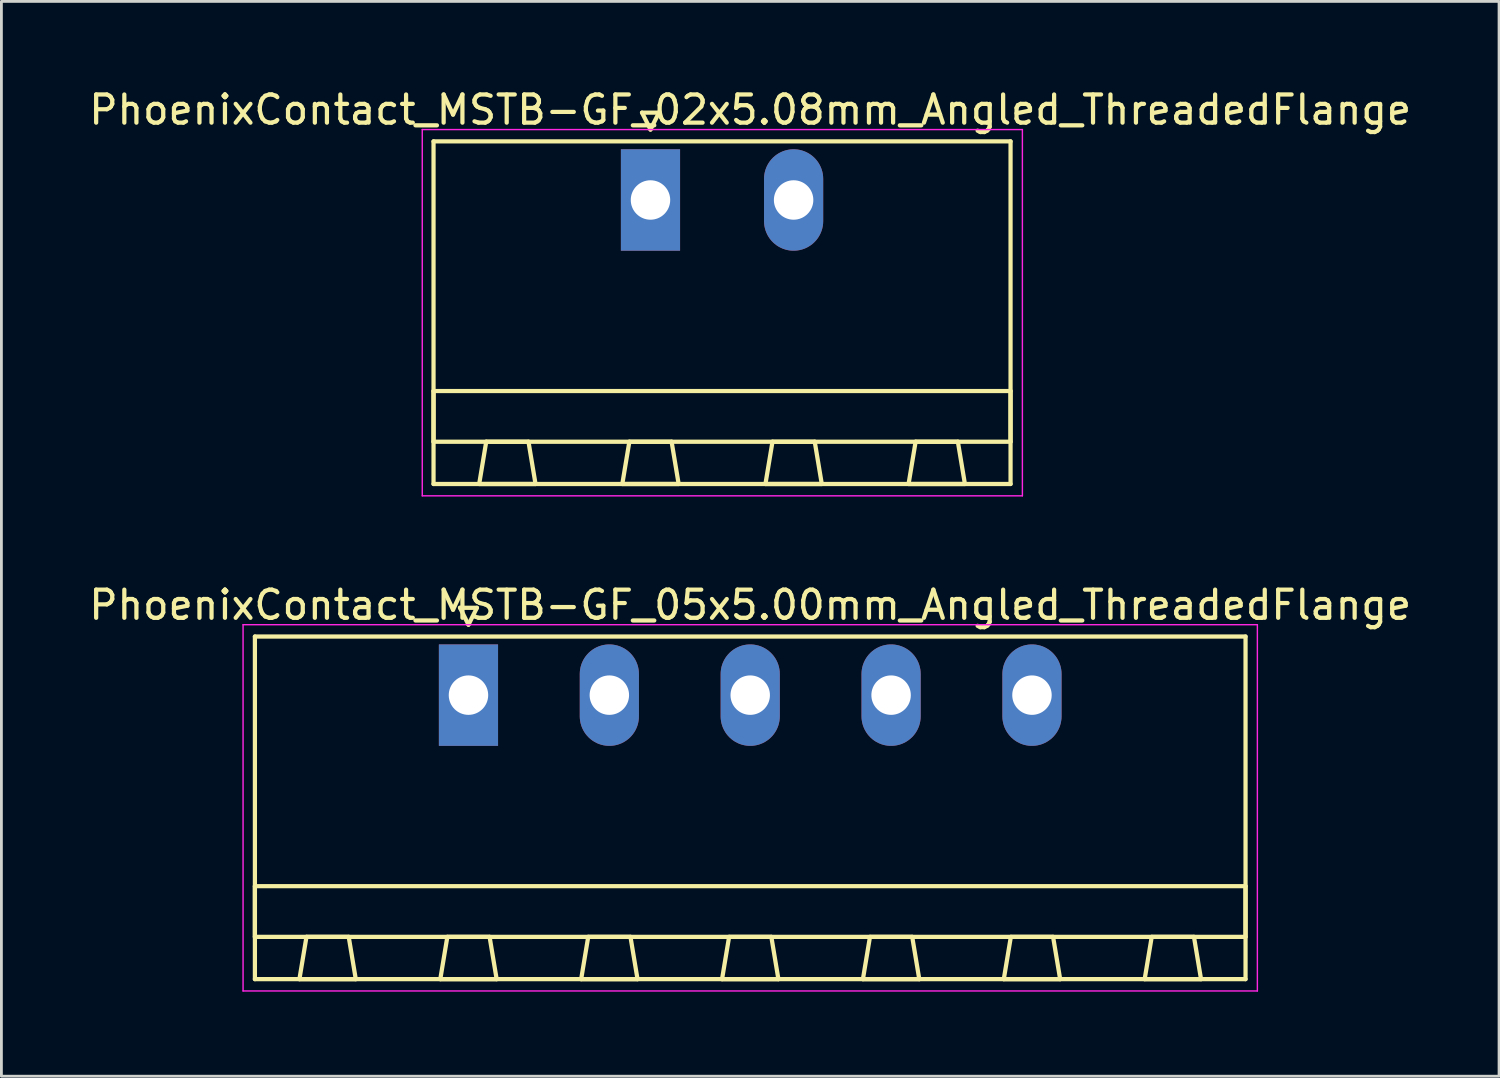
<source format=kicad_pcb>
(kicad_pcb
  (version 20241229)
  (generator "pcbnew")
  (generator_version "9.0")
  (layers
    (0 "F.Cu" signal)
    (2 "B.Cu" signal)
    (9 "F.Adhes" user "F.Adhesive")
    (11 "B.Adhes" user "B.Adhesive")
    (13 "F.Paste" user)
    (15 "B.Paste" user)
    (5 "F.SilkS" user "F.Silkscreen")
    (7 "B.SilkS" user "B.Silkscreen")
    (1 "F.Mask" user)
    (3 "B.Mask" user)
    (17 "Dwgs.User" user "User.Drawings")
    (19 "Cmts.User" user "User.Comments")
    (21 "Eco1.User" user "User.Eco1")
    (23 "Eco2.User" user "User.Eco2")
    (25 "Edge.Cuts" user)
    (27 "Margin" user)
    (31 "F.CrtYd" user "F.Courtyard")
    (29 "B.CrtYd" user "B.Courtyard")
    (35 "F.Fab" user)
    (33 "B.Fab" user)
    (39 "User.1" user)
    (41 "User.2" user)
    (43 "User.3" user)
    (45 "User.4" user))
  (footprint "PhoenixContact_MSTB-GF_05x5.00mm_Angled_ThreadedFlange"
    (layer "F.Cu")
    (at 13.577 21.622)
    (property "Reference" "PhoenixContact_MSTB-GF_05x5.00mm_Angled_ThreadedFlange" (at 10 -3.2 0) (layer "F.SilkS") (effects (font (size 1 1) (thickness 0.15))))
    (attr through_hole)
    (fp_line (start -7.58 -2.08) (end -7.58 10.08) (stroke (width 0.15) (type solid)) (layer "F.SilkS"))
    (fp_line (start -7.58 6.78) (end 27.58 6.78) (stroke (width 0.15) (type solid)) (layer "F.SilkS"))
    (fp_line (start -7.58 8.58) (end -7.58 6.78) (stroke (width 0.15) (type solid)) (layer "F.SilkS"))
    (fp_line (start -7.58 10.08) (end 27.58 10.08) (stroke (width 0.15) (type solid)) (layer "F.SilkS"))
    (fp_line (start -6 10.08) (end -4 10.08) (stroke (width 0.15) (type solid)) (layer "F.SilkS"))
    (fp_line (start -5.75 8.58) (end -6 10.08) (stroke (width 0.15) (type solid)) (layer "F.SilkS"))
    (fp_line (start -4.25 8.58) (end -5.75 8.58) (stroke (width 0.15) (type solid)) (layer "F.SilkS"))
    (fp_line (start -4 10.08) (end -4.25 8.58) (stroke (width 0.15) (type solid)) (layer "F.SilkS"))
    (fp_line (start -1 10.08) (end 1 10.08) (stroke (width 0.15) (type solid)) (layer "F.SilkS"))
    (fp_line (start -0.75 8.58) (end -1 10.08) (stroke (width 0.15) (type solid)) (layer "F.SilkS"))
    (fp_line (start -0.3 -3.1) (end 0 -2.5) (stroke (width 0.15) (type solid)) (layer "F.SilkS"))
    (fp_line (start 0 -2.5) (end 0.3 -3.1) (stroke (width 0.15) (type solid)) (layer "F.SilkS"))
    (fp_line (start 0.3 -3.1) (end -0.3 -3.1) (stroke (width 0.15) (type solid)) (layer "F.SilkS"))
    (fp_line (start 0.75 8.58) (end -0.75 8.58) (stroke (width 0.15) (type solid)) (layer "F.SilkS"))
    (fp_line (start 1 10.08) (end 0.75 8.58) (stroke (width 0.15) (type solid)) (layer "F.SilkS"))
    (fp_line (start 4 10.08) (end 6 10.08) (stroke (width 0.15) (type solid)) (layer "F.SilkS"))
    (fp_line (start 4.25 8.58) (end 4 10.08) (stroke (width 0.15) (type solid)) (layer "F.SilkS"))
    (fp_line (start 5.75 8.58) (end 4.25 8.58) (stroke (width 0.15) (type solid)) (layer "F.SilkS"))
    (fp_line (start 6 10.08) (end 5.75 8.58) (stroke (width 0.15) (type solid)) (layer "F.SilkS"))
    (fp_line (start 9 10.08) (end 11 10.08) (stroke (width 0.15) (type solid)) (layer "F.SilkS"))
    (fp_line (start 9.25 8.58) (end 9 10.08) (stroke (width 0.15) (type solid)) (layer "F.SilkS"))
    (fp_line (start 10.75 8.58) (end 9.25 8.58) (stroke (width 0.15) (type solid)) (layer "F.SilkS"))
    (fp_line (start 11 10.08) (end 10.75 8.58) (stroke (width 0.15) (type solid)) (layer "F.SilkS"))
    (fp_line (start 14 10.08) (end 16 10.08) (stroke (width 0.15) (type solid)) (layer "F.SilkS"))
    (fp_line (start 14.25 8.58) (end 14 10.08) (stroke (width 0.15) (type solid)) (layer "F.SilkS"))
    (fp_line (start 15.75 8.58) (end 14.25 8.58) (stroke (width 0.15) (type solid)) (layer "F.SilkS"))
    (fp_line (start 16 10.08) (end 15.75 8.58) (stroke (width 0.15) (type solid)) (layer "F.SilkS"))
    (fp_line (start 19 10.08) (end 21 10.08) (stroke (width 0.15) (type solid)) (layer "F.SilkS"))
    (fp_line (start 19.25 8.58) (end 19 10.08) (stroke (width 0.15) (type solid)) (layer "F.SilkS"))
    (fp_line (start 20.75 8.58) (end 19.25 8.58) (stroke (width 0.15) (type solid)) (layer "F.SilkS"))
    (fp_line (start 21 10.08) (end 20.75 8.58) (stroke (width 0.15) (type solid)) (layer "F.SilkS"))
    (fp_line (start 24 10.08) (end 26 10.08) (stroke (width 0.15) (type solid)) (layer "F.SilkS"))
    (fp_line (start 24.25 8.58) (end 24 10.08) (stroke (width 0.15) (type solid)) (layer "F.SilkS"))
    (fp_line (start 25.75 8.58) (end 24.25 8.58) (stroke (width 0.15) (type solid)) (layer "F.SilkS"))
    (fp_line (start 26 10.08) (end 25.75 8.58) (stroke (width 0.15) (type solid)) (layer "F.SilkS"))
    (fp_line (start 27.58 -2.08) (end -7.58 -2.08) (stroke (width 0.15) (type solid)) (layer "F.SilkS"))
    (fp_line (start 27.58 6.78) (end 27.58 8.58) (stroke (width 0.15) (type solid)) (layer "F.SilkS"))
    (fp_line (start 27.58 8.58) (end -7.58 8.58) (stroke (width 0.15) (type solid)) (layer "F.SilkS"))
    (fp_line (start 27.58 10.08) (end 27.58 -2.08) (stroke (width 0.15) (type solid)) (layer "F.SilkS"))
    (fp_line (start -8 -2.5) (end -8 10.5) (stroke (width 0.05) (type solid)) (layer "F.CrtYd"))
    (fp_line (start -8 10.5) (end 28 10.5) (stroke (width 0.05) (type solid)) (layer "F.CrtYd"))
    (fp_line (start 28 -2.5) (end -8 -2.5) (stroke (width 0.05) (type solid)) (layer "F.CrtYd"))
    (fp_line (start 28 10.5) (end 28 -2.5) (stroke (width 0.05) (type solid)) (layer "F.CrtYd"))
    (pad "1" thru_hole rect (at 0 0) (size 2.1 3.6) (drill 1.4) (layers "*.Cu" "*.Mask"))
    (pad "2" thru_hole oval (at 5 0) (size 2.1 3.6) (drill 1.4) (layers "*.Cu" "*.Mask"))
    (pad "3" thru_hole oval (at 10 0) (size 2.1 3.6) (drill 1.4) (layers "*.Cu" "*.Mask"))
    (pad "4" thru_hole oval (at 15 0) (size 2.1 3.6) (drill 1.4) (layers "*.Cu" "*.Mask"))
    (pad "5" thru_hole oval (at 20 0) (size 2.1 3.6) (drill 1.4) (layers "*.Cu" "*.Mask")))
  (footprint "PhoenixContact_MSTB-GF_02x5.08mm_Angled_ThreadedFlange"
    (layer "F.Cu")
    (at 20.037 4.048)
    (property "Reference" "PhoenixContact_MSTB-GF_02x5.08mm_Angled_ThreadedFlange" (at 3.54 -3.2 0) (layer "F.SilkS") (effects (font (size 1 1) (thickness 0.15))))
    (attr through_hole)
    (fp_line (start -7.7 -2.08) (end -7.7 10.08) (stroke (width 0.15) (type solid)) (layer "F.SilkS"))
    (fp_line (start -7.7 6.78) (end 12.78 6.78) (stroke (width 0.15) (type solid)) (layer "F.SilkS"))
    (fp_line (start -7.7 8.58) (end -7.7 6.78) (stroke (width 0.15) (type solid)) (layer "F.SilkS"))
    (fp_line (start -7.7 10.08) (end 12.78 10.08) (stroke (width 0.15) (type solid)) (layer "F.SilkS"))
    (fp_line (start -6.08 10.08) (end -4.08 10.08) (stroke (width 0.15) (type solid)) (layer "F.SilkS"))
    (fp_line (start -5.83 8.58) (end -6.08 10.08) (stroke (width 0.15) (type solid)) (layer "F.SilkS"))
    (fp_line (start -4.33 8.58) (end -5.83 8.58) (stroke (width 0.15) (type solid)) (layer "F.SilkS"))
    (fp_line (start -4.08 10.08) (end -4.33 8.58) (stroke (width 0.15) (type solid)) (layer "F.SilkS"))
    (fp_line (start -1 10.08) (end 1 10.08) (stroke (width 0.15) (type solid)) (layer "F.SilkS"))
    (fp_line (start -0.75 8.58) (end -1 10.08) (stroke (width 0.15) (type solid)) (layer "F.SilkS"))
    (fp_line (start -0.3 -3.1) (end 0 -2.5) (stroke (width 0.15) (type solid)) (layer "F.SilkS"))
    (fp_line (start 0 -2.5) (end 0.3 -3.1) (stroke (width 0.15) (type solid)) (layer "F.SilkS"))
    (fp_line (start 0.3 -3.1) (end -0.3 -3.1) (stroke (width 0.15) (type solid)) (layer "F.SilkS"))
    (fp_line (start 0.75 8.58) (end -0.75 8.58) (stroke (width 0.15) (type solid)) (layer "F.SilkS"))
    (fp_line (start 1 10.08) (end 0.75 8.58) (stroke (width 0.15) (type solid)) (layer "F.SilkS"))
    (fp_line (start 4.08 10.08) (end 6.08 10.08) (stroke (width 0.15) (type solid)) (layer "F.SilkS"))
    (fp_line (start 4.33 8.58) (end 4.08 10.08) (stroke (width 0.15) (type solid)) (layer "F.SilkS"))
    (fp_line (start 5.83 8.58) (end 4.33 8.58) (stroke (width 0.15) (type solid)) (layer "F.SilkS"))
    (fp_line (start 6.08 10.08) (end 5.83 8.58) (stroke (width 0.15) (type solid)) (layer "F.SilkS"))
    (fp_line (start 9.16 10.08) (end 11.16 10.08) (stroke (width 0.15) (type solid)) (layer "F.SilkS"))
    (fp_line (start 9.41 8.58) (end 9.16 10.08) (stroke (width 0.15) (type solid)) (layer "F.SilkS"))
    (fp_line (start 10.91 8.58) (end 9.41 8.58) (stroke (width 0.15) (type solid)) (layer "F.SilkS"))
    (fp_line (start 11.16 10.08) (end 10.91 8.58) (stroke (width 0.15) (type solid)) (layer "F.SilkS"))
    (fp_line (start 12.78 -2.08) (end -7.7 -2.08) (stroke (width 0.15) (type solid)) (layer "F.SilkS"))
    (fp_line (start 12.78 6.78) (end 12.78 8.58) (stroke (width 0.15) (type solid)) (layer "F.SilkS"))
    (fp_line (start 12.78 8.58) (end -7.7 8.58) (stroke (width 0.15) (type solid)) (layer "F.SilkS"))
    (fp_line (start 12.78 10.08) (end 12.78 -2.08) (stroke (width 0.15) (type solid)) (layer "F.SilkS"))
    (fp_line (start -8.1 -2.5) (end -8.1 10.5) (stroke (width 0.05) (type solid)) (layer "F.CrtYd"))
    (fp_line (start -8.1 10.5) (end 13.2 10.5) (stroke (width 0.05) (type solid)) (layer "F.CrtYd"))
    (fp_line (start 13.2 -2.5) (end -8.1 -2.5) (stroke (width 0.05) (type solid)) (layer "F.CrtYd"))
    (fp_line (start 13.2 10.5) (end 13.2 -2.5) (stroke (width 0.05) (type solid)) (layer "F.CrtYd"))
    (pad "1" thru_hole rect (at 0 0) (size 2.1 3.6) (drill 1.4) (layers "*.Cu" "*.Mask"))
    (pad "2" thru_hole oval (at 5.08 0) (size 2.1 3.6) (drill 1.4) (layers "*.Cu" "*.Mask")))
  (gr_rect
    (start -3 -3)
    (end 50.155 35.147)
    (stroke (width 0.1) (type default))
    (fill no)
    (layer "Edge.Cuts")))
</source>
